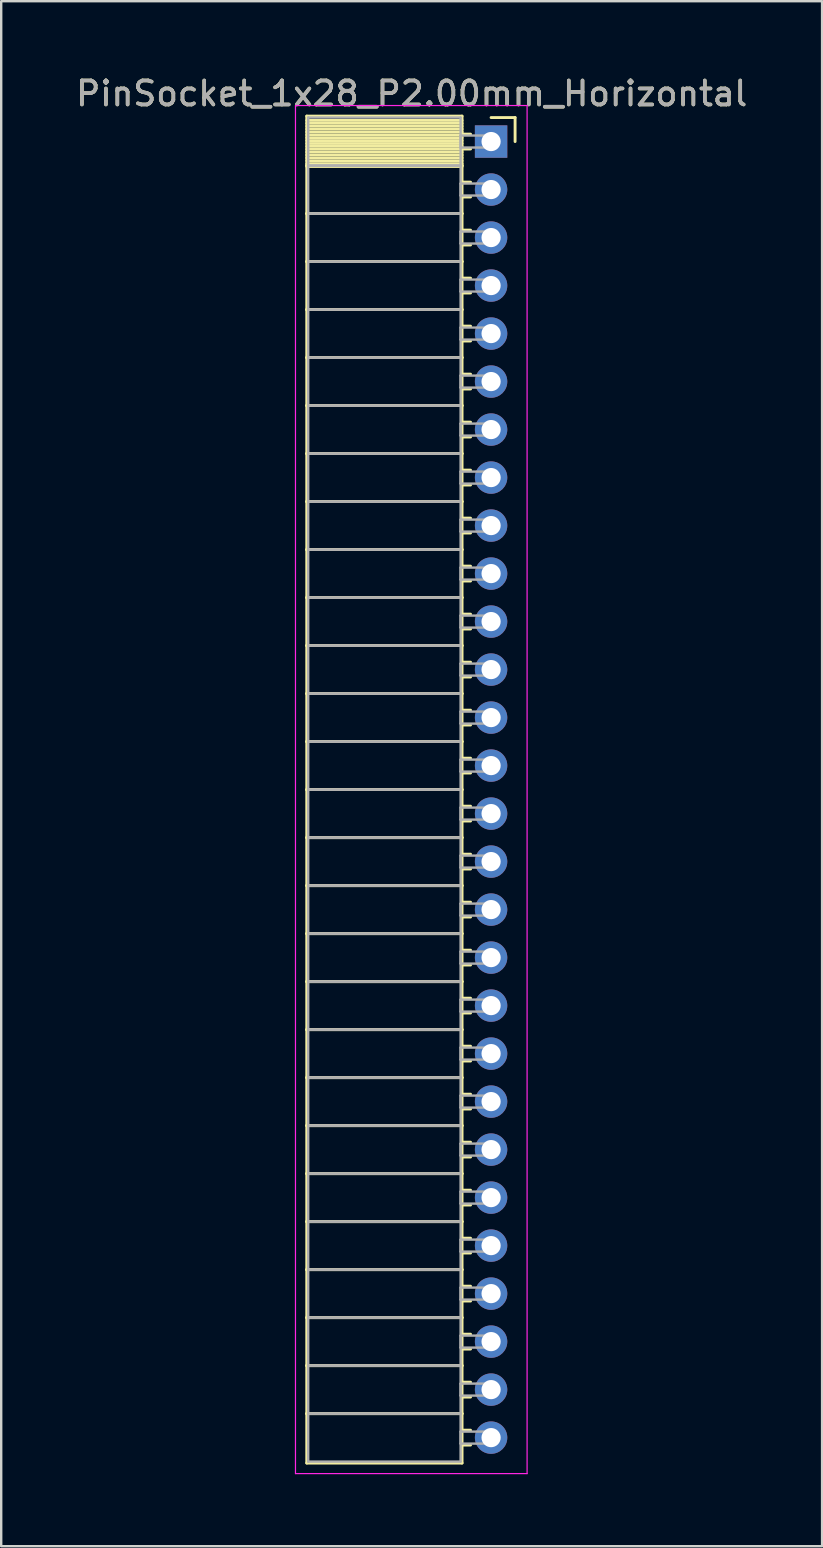
<source format=kicad_pcb>
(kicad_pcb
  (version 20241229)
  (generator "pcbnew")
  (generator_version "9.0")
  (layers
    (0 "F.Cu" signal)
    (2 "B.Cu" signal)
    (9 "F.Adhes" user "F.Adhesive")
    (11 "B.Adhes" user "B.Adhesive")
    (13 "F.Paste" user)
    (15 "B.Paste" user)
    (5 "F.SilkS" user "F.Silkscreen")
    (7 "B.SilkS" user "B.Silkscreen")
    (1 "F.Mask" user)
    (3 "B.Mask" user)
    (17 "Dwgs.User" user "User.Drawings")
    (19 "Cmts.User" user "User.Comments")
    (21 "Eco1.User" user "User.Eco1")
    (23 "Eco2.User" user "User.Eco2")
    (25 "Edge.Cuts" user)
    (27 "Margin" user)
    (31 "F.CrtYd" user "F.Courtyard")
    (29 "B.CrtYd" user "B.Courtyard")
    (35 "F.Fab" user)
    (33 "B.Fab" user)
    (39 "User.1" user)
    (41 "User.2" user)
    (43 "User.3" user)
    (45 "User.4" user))
  (footprint "PinSocket_1x28_P2.00mm_Horizontal"
    (layer "F.Cu")
    (at 17.411 2.848)
    (property "Reference" "PinSocket_1x28_P2.00mm_Horizontal" (at -3.31 -2 0) (layer "F.SilkS") (effects (font (size 1 1) (thickness 0.15))))
    (attr through_hole)
    (fp_line (start -7.68 -1.06) (end -1.21 -1.06) (stroke (width 0.12) (type solid)) (layer "F.SilkS"))
    (fp_line (start -7.68 1) (end -7.68 -1.06) (stroke (width 0.12) (type solid)) (layer "F.SilkS"))
    (fp_line (start -7.68 1) (end -1.21 1) (stroke (width 0.12) (type solid)) (layer "F.SilkS"))
    (fp_line (start -7.68 3) (end -7.68 1) (stroke (width 0.12) (type solid)) (layer "F.SilkS"))
    (fp_line (start -7.68 3) (end -1.21 3) (stroke (width 0.12) (type solid)) (layer "F.SilkS"))
    (fp_line (start -7.68 5) (end -7.68 3) (stroke (width 0.12) (type solid)) (layer "F.SilkS"))
    (fp_line (start -7.68 5) (end -1.21 5) (stroke (width 0.12) (type solid)) (layer "F.SilkS"))
    (fp_line (start -7.68 7) (end -7.68 5) (stroke (width 0.12) (type solid)) (layer "F.SilkS"))
    (fp_line (start -7.68 7) (end -1.21 7) (stroke (width 0.12) (type solid)) (layer "F.SilkS"))
    (fp_line (start -7.68 9) (end -7.68 7) (stroke (width 0.12) (type solid)) (layer "F.SilkS"))
    (fp_line (start -7.68 9) (end -1.21 9) (stroke (width 0.12) (type solid)) (layer "F.SilkS"))
    (fp_line (start -7.68 11) (end -7.68 9) (stroke (width 0.12) (type solid)) (layer "F.SilkS"))
    (fp_line (start -7.68 11) (end -1.21 11) (stroke (width 0.12) (type solid)) (layer "F.SilkS"))
    (fp_line (start -7.68 13) (end -7.68 11) (stroke (width 0.12) (type solid)) (layer "F.SilkS"))
    (fp_line (start -7.68 13) (end -1.21 13) (stroke (width 0.12) (type solid)) (layer "F.SilkS"))
    (fp_line (start -7.68 15) (end -7.68 13) (stroke (width 0.12) (type solid)) (layer "F.SilkS"))
    (fp_line (start -7.68 15) (end -1.21 15) (stroke (width 0.12) (type solid)) (layer "F.SilkS"))
    (fp_line (start -7.68 17) (end -7.68 15) (stroke (width 0.12) (type solid)) (layer "F.SilkS"))
    (fp_line (start -7.68 17) (end -1.21 17) (stroke (width 0.12) (type solid)) (layer "F.SilkS"))
    (fp_line (start -7.68 19) (end -7.68 17) (stroke (width 0.12) (type solid)) (layer "F.SilkS"))
    (fp_line (start -7.68 19) (end -1.21 19) (stroke (width 0.12) (type solid)) (layer "F.SilkS"))
    (fp_line (start -7.68 21) (end -7.68 19) (stroke (width 0.12) (type solid)) (layer "F.SilkS"))
    (fp_line (start -7.68 21) (end -1.21 21) (stroke (width 0.12) (type solid)) (layer "F.SilkS"))
    (fp_line (start -7.68 23) (end -7.68 21) (stroke (width 0.12) (type solid)) (layer "F.SilkS"))
    (fp_line (start -7.68 23) (end -1.21 23) (stroke (width 0.12) (type solid)) (layer "F.SilkS"))
    (fp_line (start -7.68 25) (end -7.68 23) (stroke (width 0.12) (type solid)) (layer "F.SilkS"))
    (fp_line (start -7.68 25) (end -1.21 25) (stroke (width 0.12) (type solid)) (layer "F.SilkS"))
    (fp_line (start -7.68 27) (end -7.68 25) (stroke (width 0.12) (type solid)) (layer "F.SilkS"))
    (fp_line (start -7.68 27) (end -1.21 27) (stroke (width 0.12) (type solid)) (layer "F.SilkS"))
    (fp_line (start -7.68 29) (end -7.68 27) (stroke (width 0.12) (type solid)) (layer "F.SilkS"))
    (fp_line (start -7.68 29) (end -1.21 29) (stroke (width 0.12) (type solid)) (layer "F.SilkS"))
    (fp_line (start -7.68 31) (end -7.68 29) (stroke (width 0.12) (type solid)) (layer "F.SilkS"))
    (fp_line (start -7.68 31) (end -1.21 31) (stroke (width 0.12) (type solid)) (layer "F.SilkS"))
    (fp_line (start -7.68 33) (end -7.68 31) (stroke (width 0.12) (type solid)) (layer "F.SilkS"))
    (fp_line (start -7.68 33) (end -1.21 33) (stroke (width 0.12) (type solid)) (layer "F.SilkS"))
    (fp_line (start -7.68 35) (end -7.68 33) (stroke (width 0.12) (type solid)) (layer "F.SilkS"))
    (fp_line (start -7.68 35) (end -1.21 35) (stroke (width 0.12) (type solid)) (layer "F.SilkS"))
    (fp_line (start -7.68 37) (end -7.68 35) (stroke (width 0.12) (type solid)) (layer "F.SilkS"))
    (fp_line (start -7.68 37) (end -1.21 37) (stroke (width 0.12) (type solid)) (layer "F.SilkS"))
    (fp_line (start -7.68 39) (end -7.68 37) (stroke (width 0.12) (type solid)) (layer "F.SilkS"))
    (fp_line (start -7.68 39) (end -1.21 39) (stroke (width 0.12) (type solid)) (layer "F.SilkS"))
    (fp_line (start -7.68 41) (end -7.68 39) (stroke (width 0.12) (type solid)) (layer "F.SilkS"))
    (fp_line (start -7.68 41) (end -1.21 41) (stroke (width 0.12) (type solid)) (layer "F.SilkS"))
    (fp_line (start -7.68 43) (end -7.68 41) (stroke (width 0.12) (type solid)) (layer "F.SilkS"))
    (fp_line (start -7.68 43) (end -1.21 43) (stroke (width 0.12) (type solid)) (layer "F.SilkS"))
    (fp_line (start -7.68 45) (end -7.68 43) (stroke (width 0.12) (type solid)) (layer "F.SilkS"))
    (fp_line (start -7.68 45) (end -1.21 45) (stroke (width 0.12) (type solid)) (layer "F.SilkS"))
    (fp_line (start -7.68 47) (end -7.68 45) (stroke (width 0.12) (type solid)) (layer "F.SilkS"))
    (fp_line (start -7.68 47) (end -1.21 47) (stroke (width 0.12) (type solid)) (layer "F.SilkS"))
    (fp_line (start -7.68 49) (end -7.68 47) (stroke (width 0.12) (type solid)) (layer "F.SilkS"))
    (fp_line (start -7.68 49) (end -1.21 49) (stroke (width 0.12) (type solid)) (layer "F.SilkS"))
    (fp_line (start -7.68 51) (end -7.68 49) (stroke (width 0.12) (type solid)) (layer "F.SilkS"))
    (fp_line (start -7.68 51) (end -1.21 51) (stroke (width 0.12) (type solid)) (layer "F.SilkS"))
    (fp_line (start -7.68 53) (end -7.68 51) (stroke (width 0.12) (type solid)) (layer "F.SilkS"))
    (fp_line (start -7.68 53) (end -1.21 53) (stroke (width 0.12) (type solid)) (layer "F.SilkS"))
    (fp_line (start -7.68 55.06) (end -7.68 53) (stroke (width 0.12) (type solid)) (layer "F.SilkS"))
    (fp_line (start -1.21 -1.06) (end -1.21 1) (stroke (width 0.12) (type solid)) (layer "F.SilkS"))
    (fp_line (start -1.21 -0.88) (end -7.68 -0.88) (stroke (width 0.12) (type solid)) (layer "F.SilkS"))
    (fp_line (start -1.21 -0.76) (end -7.68 -0.76) (stroke (width 0.12) (type solid)) (layer "F.SilkS"))
    (fp_line (start -1.21 -0.64) (end -7.68 -0.64) (stroke (width 0.12) (type solid)) (layer "F.SilkS"))
    (fp_line (start -1.21 -0.52) (end -7.68 -0.52) (stroke (width 0.12) (type solid)) (layer "F.SilkS"))
    (fp_line (start -1.21 -0.4) (end -7.68 -0.4) (stroke (width 0.12) (type solid)) (layer "F.SilkS"))
    (fp_line (start -1.21 -0.28) (end -7.68 -0.28) (stroke (width 0.12) (type solid)) (layer "F.SilkS"))
    (fp_line (start -1.21 -0.16) (end -7.68 -0.16) (stroke (width 0.12) (type solid)) (layer "F.SilkS"))
    (fp_line (start -1.21 -0.04) (end -7.68 -0.04) (stroke (width 0.12) (type solid)) (layer "F.SilkS"))
    (fp_line (start -1.21 0.08) (end -7.68 0.08) (stroke (width 0.12) (type solid)) (layer "F.SilkS"))
    (fp_line (start -1.21 0.2) (end -7.68 0.2) (stroke (width 0.12) (type solid)) (layer "F.SilkS"))
    (fp_line (start -1.21 0.32) (end -7.68 0.32) (stroke (width 0.12) (type solid)) (layer "F.SilkS"))
    (fp_line (start -1.21 0.44) (end -7.68 0.44) (stroke (width 0.12) (type solid)) (layer "F.SilkS"))
    (fp_line (start -1.21 0.56) (end -7.68 0.56) (stroke (width 0.12) (type solid)) (layer "F.SilkS"))
    (fp_line (start -1.21 0.68) (end -7.68 0.68) (stroke (width 0.12) (type solid)) (layer "F.SilkS"))
    (fp_line (start -1.21 0.8) (end -7.68 0.8) (stroke (width 0.12) (type solid)) (layer "F.SilkS"))
    (fp_line (start -1.21 0.92) (end -7.68 0.92) (stroke (width 0.12) (type solid)) (layer "F.SilkS"))
    (fp_line (start -1.21 1) (end -7.68 1) (stroke (width 0.12) (type solid)) (layer "F.SilkS"))
    (fp_line (start -1.21 1) (end -1.21 3) (stroke (width 0.12) (type solid)) (layer "F.SilkS"))
    (fp_line (start -1.21 1.04) (end -7.68 1.04) (stroke (width 0.12) (type solid)) (layer "F.SilkS"))
    (fp_line (start -1.21 3) (end -7.68 3) (stroke (width 0.12) (type solid)) (layer "F.SilkS"))
    (fp_line (start -1.21 3) (end -1.21 5) (stroke (width 0.12) (type solid)) (layer "F.SilkS"))
    (fp_line (start -1.21 5) (end -7.68 5) (stroke (width 0.12) (type solid)) (layer "F.SilkS"))
    (fp_line (start -1.21 5) (end -1.21 7) (stroke (width 0.12) (type solid)) (layer "F.SilkS"))
    (fp_line (start -1.21 7) (end -7.68 7) (stroke (width 0.12) (type solid)) (layer "F.SilkS"))
    (fp_line (start -1.21 7) (end -1.21 9) (stroke (width 0.12) (type solid)) (layer "F.SilkS"))
    (fp_line (start -1.21 9) (end -7.68 9) (stroke (width 0.12) (type solid)) (layer "F.SilkS"))
    (fp_line (start -1.21 9) (end -1.21 11) (stroke (width 0.12) (type solid)) (layer "F.SilkS"))
    (fp_line (start -1.21 11) (end -7.68 11) (stroke (width 0.12) (type solid)) (layer "F.SilkS"))
    (fp_line (start -1.21 11) (end -1.21 13) (stroke (width 0.12) (type solid)) (layer "F.SilkS"))
    (fp_line (start -1.21 13) (end -7.68 13) (stroke (width 0.12) (type solid)) (layer "F.SilkS"))
    (fp_line (start -1.21 13) (end -1.21 15) (stroke (width 0.12) (type solid)) (layer "F.SilkS"))
    (fp_line (start -1.21 15) (end -7.68 15) (stroke (width 0.12) (type solid)) (layer "F.SilkS"))
    (fp_line (start -1.21 15) (end -1.21 17) (stroke (width 0.12) (type solid)) (layer "F.SilkS"))
    (fp_line (start -1.21 17) (end -7.68 17) (stroke (width 0.12) (type solid)) (layer "F.SilkS"))
    (fp_line (start -1.21 17) (end -1.21 19) (stroke (width 0.12) (type solid)) (layer "F.SilkS"))
    (fp_line (start -1.21 19) (end -7.68 19) (stroke (width 0.12) (type solid)) (layer "F.SilkS"))
    (fp_line (start -1.21 19) (end -1.21 21) (stroke (width 0.12) (type solid)) (layer "F.SilkS"))
    (fp_line (start -1.21 21) (end -7.68 21) (stroke (width 0.12) (type solid)) (layer "F.SilkS"))
    (fp_line (start -1.21 21) (end -1.21 23) (stroke (width 0.12) (type solid)) (layer "F.SilkS"))
    (fp_line (start -1.21 23) (end -7.68 23) (stroke (width 0.12) (type solid)) (layer "F.SilkS"))
    (fp_line (start -1.21 23) (end -1.21 25) (stroke (width 0.12) (type solid)) (layer "F.SilkS"))
    (fp_line (start -1.21 25) (end -7.68 25) (stroke (width 0.12) (type solid)) (layer "F.SilkS"))
    (fp_line (start -1.21 25) (end -1.21 27) (stroke (width 0.12) (type solid)) (layer "F.SilkS"))
    (fp_line (start -1.21 27) (end -7.68 27) (stroke (width 0.12) (type solid)) (layer "F.SilkS"))
    (fp_line (start -1.21 27) (end -1.21 29) (stroke (width 0.12) (type solid)) (layer "F.SilkS"))
    (fp_line (start -1.21 29) (end -7.68 29) (stroke (width 0.12) (type solid)) (layer "F.SilkS"))
    (fp_line (start -1.21 29) (end -1.21 31) (stroke (width 0.12) (type solid)) (layer "F.SilkS"))
    (fp_line (start -1.21 31) (end -7.68 31) (stroke (width 0.12) (type solid)) (layer "F.SilkS"))
    (fp_line (start -1.21 31) (end -1.21 33) (stroke (width 0.12) (type solid)) (layer "F.SilkS"))
    (fp_line (start -1.21 33) (end -7.68 33) (stroke (width 0.12) (type solid)) (layer "F.SilkS"))
    (fp_line (start -1.21 33) (end -1.21 35) (stroke (width 0.12) (type solid)) (layer "F.SilkS"))
    (fp_line (start -1.21 35) (end -7.68 35) (stroke (width 0.12) (type solid)) (layer "F.SilkS"))
    (fp_line (start -1.21 35) (end -1.21 37) (stroke (width 0.12) (type solid)) (layer "F.SilkS"))
    (fp_line (start -1.21 37) (end -7.68 37) (stroke (width 0.12) (type solid)) (layer "F.SilkS"))
    (fp_line (start -1.21 37) (end -1.21 39) (stroke (width 0.12) (type solid)) (layer "F.SilkS"))
    (fp_line (start -1.21 39) (end -7.68 39) (stroke (width 0.12) (type solid)) (layer "F.SilkS"))
    (fp_line (start -1.21 39) (end -1.21 41) (stroke (width 0.12) (type solid)) (layer "F.SilkS"))
    (fp_line (start -1.21 41) (end -7.68 41) (stroke (width 0.12) (type solid)) (layer "F.SilkS"))
    (fp_line (start -1.21 41) (end -1.21 43) (stroke (width 0.12) (type solid)) (layer "F.SilkS"))
    (fp_line (start -1.21 43) (end -7.68 43) (stroke (width 0.12) (type solid)) (layer "F.SilkS"))
    (fp_line (start -1.21 43) (end -1.21 45) (stroke (width 0.12) (type solid)) (layer "F.SilkS"))
    (fp_line (start -1.21 45) (end -7.68 45) (stroke (width 0.12) (type solid)) (layer "F.SilkS"))
    (fp_line (start -1.21 45) (end -1.21 47) (stroke (width 0.12) (type solid)) (layer "F.SilkS"))
    (fp_line (start -1.21 47) (end -7.68 47) (stroke (width 0.12) (type solid)) (layer "F.SilkS"))
    (fp_line (start -1.21 47) (end -1.21 49) (stroke (width 0.12) (type solid)) (layer "F.SilkS"))
    (fp_line (start -1.21 49) (end -7.68 49) (stroke (width 0.12) (type solid)) (layer "F.SilkS"))
    (fp_line (start -1.21 49) (end -1.21 51) (stroke (width 0.12) (type solid)) (layer "F.SilkS"))
    (fp_line (start -1.21 51) (end -7.68 51) (stroke (width 0.12) (type solid)) (layer "F.SilkS"))
    (fp_line (start -1.21 51) (end -1.21 53) (stroke (width 0.12) (type solid)) (layer "F.SilkS"))
    (fp_line (start -1.21 53) (end -7.68 53) (stroke (width 0.12) (type solid)) (layer "F.SilkS"))
    (fp_line (start -1.21 53) (end -1.21 55.06) (stroke (width 0.12) (type solid)) (layer "F.SilkS"))
    (fp_line (start -1.21 55.06) (end -7.68 55.06) (stroke (width 0.12) (type solid)) (layer "F.SilkS"))
    (fp_line (start -0.855 -0.31) (end -1.21 -0.31) (stroke (width 0.12) (type solid)) (layer "F.SilkS"))
    (fp_line (start -0.855 0.31) (end -1.21 0.31) (stroke (width 0.12) (type solid)) (layer "F.SilkS"))
    (fp_line (start -0.855 1.69) (end -1.21 1.69) (stroke (width 0.12) (type solid)) (layer "F.SilkS"))
    (fp_line (start -0.855 2.31) (end -1.21 2.31) (stroke (width 0.12) (type solid)) (layer "F.SilkS"))
    (fp_line (start -0.855 3.69) (end -1.21 3.69) (stroke (width 0.12) (type solid)) (layer "F.SilkS"))
    (fp_line (start -0.855 4.31) (end -1.21 4.31) (stroke (width 0.12) (type solid)) (layer "F.SilkS"))
    (fp_line (start -0.855 5.69) (end -1.21 5.69) (stroke (width 0.12) (type solid)) (layer "F.SilkS"))
    (fp_line (start -0.855 6.31) (end -1.21 6.31) (stroke (width 0.12) (type solid)) (layer "F.SilkS"))
    (fp_line (start -0.855 7.69) (end -1.21 7.69) (stroke (width 0.12) (type solid)) (layer "F.SilkS"))
    (fp_line (start -0.855 8.31) (end -1.21 8.31) (stroke (width 0.12) (type solid)) (layer "F.SilkS"))
    (fp_line (start -0.855 9.69) (end -1.21 9.69) (stroke (width 0.12) (type solid)) (layer "F.SilkS"))
    (fp_line (start -0.855 10.31) (end -1.21 10.31) (stroke (width 0.12) (type solid)) (layer "F.SilkS"))
    (fp_line (start -0.855 11.69) (end -1.21 11.69) (stroke (width 0.12) (type solid)) (layer "F.SilkS"))
    (fp_line (start -0.855 12.31) (end -1.21 12.31) (stroke (width 0.12) (type solid)) (layer "F.SilkS"))
    (fp_line (start -0.855 13.69) (end -1.21 13.69) (stroke (width 0.12) (type solid)) (layer "F.SilkS"))
    (fp_line (start -0.855 14.31) (end -1.21 14.31) (stroke (width 0.12) (type solid)) (layer "F.SilkS"))
    (fp_line (start -0.855 15.69) (end -1.21 15.69) (stroke (width 0.12) (type solid)) (layer "F.SilkS"))
    (fp_line (start -0.855 16.31) (end -1.21 16.31) (stroke (width 0.12) (type solid)) (layer "F.SilkS"))
    (fp_line (start -0.855 17.69) (end -1.21 17.69) (stroke (width 0.12) (type solid)) (layer "F.SilkS"))
    (fp_line (start -0.855 18.31) (end -1.21 18.31) (stroke (width 0.12) (type solid)) (layer "F.SilkS"))
    (fp_line (start -0.855 19.69) (end -1.21 19.69) (stroke (width 0.12) (type solid)) (layer "F.SilkS"))
    (fp_line (start -0.855 20.31) (end -1.21 20.31) (stroke (width 0.12) (type solid)) (layer "F.SilkS"))
    (fp_line (start -0.855 21.69) (end -1.21 21.69) (stroke (width 0.12) (type solid)) (layer "F.SilkS"))
    (fp_line (start -0.855 22.31) (end -1.21 22.31) (stroke (width 0.12) (type solid)) (layer "F.SilkS"))
    (fp_line (start -0.855 23.69) (end -1.21 23.69) (stroke (width 0.12) (type solid)) (layer "F.SilkS"))
    (fp_line (start -0.855 24.31) (end -1.21 24.31) (stroke (width 0.12) (type solid)) (layer "F.SilkS"))
    (fp_line (start -0.855 25.69) (end -1.21 25.69) (stroke (width 0.12) (type solid)) (layer "F.SilkS"))
    (fp_line (start -0.855 26.31) (end -1.21 26.31) (stroke (width 0.12) (type solid)) (layer "F.SilkS"))
    (fp_line (start -0.855 27.69) (end -1.21 27.69) (stroke (width 0.12) (type solid)) (layer "F.SilkS"))
    (fp_line (start -0.855 28.31) (end -1.21 28.31) (stroke (width 0.12) (type solid)) (layer "F.SilkS"))
    (fp_line (start -0.855 29.69) (end -1.21 29.69) (stroke (width 0.12) (type solid)) (layer "F.SilkS"))
    (fp_line (start -0.855 30.31) (end -1.21 30.31) (stroke (width 0.12) (type solid)) (layer "F.SilkS"))
    (fp_line (start -0.855 31.69) (end -1.21 31.69) (stroke (width 0.12) (type solid)) (layer "F.SilkS"))
    (fp_line (start -0.855 32.31) (end -1.21 32.31) (stroke (width 0.12) (type solid)) (layer "F.SilkS"))
    (fp_line (start -0.855 33.69) (end -1.21 33.69) (stroke (width 0.12) (type solid)) (layer "F.SilkS"))
    (fp_line (start -0.855 34.31) (end -1.21 34.31) (stroke (width 0.12) (type solid)) (layer "F.SilkS"))
    (fp_line (start -0.855 35.69) (end -1.21 35.69) (stroke (width 0.12) (type solid)) (layer "F.SilkS"))
    (fp_line (start -0.855 36.31) (end -1.21 36.31) (stroke (width 0.12) (type solid)) (layer "F.SilkS"))
    (fp_line (start -0.855 37.69) (end -1.21 37.69) (stroke (width 0.12) (type solid)) (layer "F.SilkS"))
    (fp_line (start -0.855 38.31) (end -1.21 38.31) (stroke (width 0.12) (type solid)) (layer "F.SilkS"))
    (fp_line (start -0.855 39.69) (end -1.21 39.69) (stroke (width 0.12) (type solid)) (layer "F.SilkS"))
    (fp_line (start -0.855 40.31) (end -1.21 40.31) (stroke (width 0.12) (type solid)) (layer "F.SilkS"))
    (fp_line (start -0.855 41.69) (end -1.21 41.69) (stroke (width 0.12) (type solid)) (layer "F.SilkS"))
    (fp_line (start -0.855 42.31) (end -1.21 42.31) (stroke (width 0.12) (type solid)) (layer "F.SilkS"))
    (fp_line (start -0.855 43.69) (end -1.21 43.69) (stroke (width 0.12) (type solid)) (layer "F.SilkS"))
    (fp_line (start -0.855 44.31) (end -1.21 44.31) (stroke (width 0.12) (type solid)) (layer "F.SilkS"))
    (fp_line (start -0.855 45.69) (end -1.21 45.69) (stroke (width 0.12) (type solid)) (layer "F.SilkS"))
    (fp_line (start -0.855 46.31) (end -1.21 46.31) (stroke (width 0.12) (type solid)) (layer "F.SilkS"))
    (fp_line (start -0.855 47.69) (end -1.21 47.69) (stroke (width 0.12) (type solid)) (layer "F.SilkS"))
    (fp_line (start -0.855 48.31) (end -1.21 48.31) (stroke (width 0.12) (type solid)) (layer "F.SilkS"))
    (fp_line (start -0.855 49.69) (end -1.21 49.69) (stroke (width 0.12) (type solid)) (layer "F.SilkS"))
    (fp_line (start -0.855 50.31) (end -1.21 50.31) (stroke (width 0.12) (type solid)) (layer "F.SilkS"))
    (fp_line (start -0.855 51.69) (end -1.21 51.69) (stroke (width 0.12) (type solid)) (layer "F.SilkS"))
    (fp_line (start -0.855 52.31) (end -1.21 52.31) (stroke (width 0.12) (type solid)) (layer "F.SilkS"))
    (fp_line (start -0.855 53.69) (end -1.21 53.69) (stroke (width 0.12) (type solid)) (layer "F.SilkS"))
    (fp_line (start -0.855 54.31) (end -1.21 54.31) (stroke (width 0.12) (type solid)) (layer "F.SilkS"))
    (fp_line (start 0 -1) (end 1 -1) (stroke (width 0.12) (type solid)) (layer "F.SilkS"))
    (fp_line (start 1 -1) (end 1 0) (stroke (width 0.12) (type solid)) (layer "F.SilkS"))
    (fp_line (start -8.15 -1.5) (end 1.5 -1.5) (stroke (width 0.05) (type solid)) (layer "F.CrtYd"))
    (fp_line (start -8.15 55.5) (end -8.15 -1.5) (stroke (width 0.05) (type solid)) (layer "F.CrtYd"))
    (fp_line (start 1.5 -1.5) (end 1.5 55.5) (stroke (width 0.05) (type solid)) (layer "F.CrtYd"))
    (fp_line (start 1.5 55.5) (end -8.15 55.5) (stroke (width 0.05) (type solid)) (layer "F.CrtYd"))
    (fp_line (start -7.62 -1) (end -1.27 -1) (stroke (width 0.1) (type solid)) (layer "F.Fab"))
    (fp_line (start -7.62 1) (end -7.62 -1) (stroke (width 0.1) (type solid)) (layer "F.Fab"))
    (fp_line (start -7.62 1) (end -1.27 1) (stroke (width 0.1) (type solid)) (layer "F.Fab"))
    (fp_line (start -7.62 3) (end -7.62 1) (stroke (width 0.1) (type solid)) (layer "F.Fab"))
    (fp_line (start -7.62 3) (end -1.27 3) (stroke (width 0.1) (type solid)) (layer "F.Fab"))
    (fp_line (start -7.62 5) (end -7.62 3) (stroke (width 0.1) (type solid)) (layer "F.Fab"))
    (fp_line (start -7.62 5) (end -1.27 5) (stroke (width 0.1) (type solid)) (layer "F.Fab"))
    (fp_line (start -7.62 7) (end -7.62 5) (stroke (width 0.1) (type solid)) (layer "F.Fab"))
    (fp_line (start -7.62 7) (end -1.27 7) (stroke (width 0.1) (type solid)) (layer "F.Fab"))
    (fp_line (start -7.62 9) (end -7.62 7) (stroke (width 0.1) (type solid)) (layer "F.Fab"))
    (fp_line (start -7.62 9) (end -1.27 9) (stroke (width 0.1) (type solid)) (layer "F.Fab"))
    (fp_line (start -7.62 11) (end -7.62 9) (stroke (width 0.1) (type solid)) (layer "F.Fab"))
    (fp_line (start -7.62 11) (end -1.27 11) (stroke (width 0.1) (type solid)) (layer "F.Fab"))
    (fp_line (start -7.62 13) (end -7.62 11) (stroke (width 0.1) (type solid)) (layer "F.Fab"))
    (fp_line (start -7.62 13) (end -1.27 13) (stroke (width 0.1) (type solid)) (layer "F.Fab"))
    (fp_line (start -7.62 15) (end -7.62 13) (stroke (width 0.1) (type solid)) (layer "F.Fab"))
    (fp_line (start -7.62 15) (end -1.27 15) (stroke (width 0.1) (type solid)) (layer "F.Fab"))
    (fp_line (start -7.62 17) (end -7.62 15) (stroke (width 0.1) (type solid)) (layer "F.Fab"))
    (fp_line (start -7.62 17) (end -1.27 17) (stroke (width 0.1) (type solid)) (layer "F.Fab"))
    (fp_line (start -7.62 19) (end -7.62 17) (stroke (width 0.1) (type solid)) (layer "F.Fab"))
    (fp_line (start -7.62 19) (end -1.27 19) (stroke (width 0.1) (type solid)) (layer "F.Fab"))
    (fp_line (start -7.62 21) (end -7.62 19) (stroke (width 0.1) (type solid)) (layer "F.Fab"))
    (fp_line (start -7.62 21) (end -1.27 21) (stroke (width 0.1) (type solid)) (layer "F.Fab"))
    (fp_line (start -7.62 23) (end -7.62 21) (stroke (width 0.1) (type solid)) (layer "F.Fab"))
    (fp_line (start -7.62 23) (end -1.27 23) (stroke (width 0.1) (type solid)) (layer "F.Fab"))
    (fp_line (start -7.62 25) (end -7.62 23) (stroke (width 0.1) (type solid)) (layer "F.Fab"))
    (fp_line (start -7.62 25) (end -1.27 25) (stroke (width 0.1) (type solid)) (layer "F.Fab"))
    (fp_line (start -7.62 27) (end -7.62 25) (stroke (width 0.1) (type solid)) (layer "F.Fab"))
    (fp_line (start -7.62 27) (end -1.27 27) (stroke (width 0.1) (type solid)) (layer "F.Fab"))
    (fp_line (start -7.62 29) (end -7.62 27) (stroke (width 0.1) (type solid)) (layer "F.Fab"))
    (fp_line (start -7.62 29) (end -1.27 29) (stroke (width 0.1) (type solid)) (layer "F.Fab"))
    (fp_line (start -7.62 31) (end -7.62 29) (stroke (width 0.1) (type solid)) (layer "F.Fab"))
    (fp_line (start -7.62 31) (end -1.27 31) (stroke (width 0.1) (type solid)) (layer "F.Fab"))
    (fp_line (start -7.62 33) (end -7.62 31) (stroke (width 0.1) (type solid)) (layer "F.Fab"))
    (fp_line (start -7.62 33) (end -1.27 33) (stroke (width 0.1) (type solid)) (layer "F.Fab"))
    (fp_line (start -7.62 35) (end -7.62 33) (stroke (width 0.1) (type solid)) (layer "F.Fab"))
    (fp_line (start -7.62 35) (end -1.27 35) (stroke (width 0.1) (type solid)) (layer "F.Fab"))
    (fp_line (start -7.62 37) (end -7.62 35) (stroke (width 0.1) (type solid)) (layer "F.Fab"))
    (fp_line (start -7.62 37) (end -1.27 37) (stroke (width 0.1) (type solid)) (layer "F.Fab"))
    (fp_line (start -7.62 39) (end -7.62 37) (stroke (width 0.1) (type solid)) (layer "F.Fab"))
    (fp_line (start -7.62 39) (end -1.27 39) (stroke (width 0.1) (type solid)) (layer "F.Fab"))
    (fp_line (start -7.62 41) (end -7.62 39) (stroke (width 0.1) (type solid)) (layer "F.Fab"))
    (fp_line (start -7.62 41) (end -1.27 41) (stroke (width 0.1) (type solid)) (layer "F.Fab"))
    (fp_line (start -7.62 43) (end -7.62 41) (stroke (width 0.1) (type solid)) (layer "F.Fab"))
    (fp_line (start -7.62 43) (end -1.27 43) (stroke (width 0.1) (type solid)) (layer "F.Fab"))
    (fp_line (start -7.62 45) (end -7.62 43) (stroke (width 0.1) (type solid)) (layer "F.Fab"))
    (fp_line (start -7.62 45) (end -1.27 45) (stroke (width 0.1) (type solid)) (layer "F.Fab"))
    (fp_line (start -7.62 47) (end -7.62 45) (stroke (width 0.1) (type solid)) (layer "F.Fab"))
    (fp_line (start -7.62 47) (end -1.27 47) (stroke (width 0.1) (type solid)) (layer "F.Fab"))
    (fp_line (start -7.62 49) (end -7.62 47) (stroke (width 0.1) (type solid)) (layer "F.Fab"))
    (fp_line (start -7.62 49) (end -1.27 49) (stroke (width 0.1) (type solid)) (layer "F.Fab"))
    (fp_line (start -7.62 51) (end -7.62 49) (stroke (width 0.1) (type solid)) (layer "F.Fab"))
    (fp_line (start -7.62 51) (end -1.27 51) (stroke (width 0.1) (type solid)) (layer "F.Fab"))
    (fp_line (start -7.62 53) (end -7.62 51) (stroke (width 0.1) (type solid)) (layer "F.Fab"))
    (fp_line (start -7.62 53) (end -1.27 53) (stroke (width 0.1) (type solid)) (layer "F.Fab"))
    (fp_line (start -7.62 55) (end -7.62 53) (stroke (width 0.1) (type solid)) (layer "F.Fab"))
    (fp_line (start -1.27 -1) (end -1.27 1) (stroke (width 0.1) (type solid)) (layer "F.Fab"))
    (fp_line (start -1.27 -0.25) (end 0 -0.25) (stroke (width 0.1) (type solid)) (layer "F.Fab"))
    (fp_line (start -1.27 0.25) (end -1.27 -0.25) (stroke (width 0.1) (type solid)) (layer "F.Fab"))
    (fp_line (start -1.27 1) (end -7.62 1) (stroke (width 0.1) (type solid)) (layer "F.Fab"))
    (fp_line (start -1.27 1) (end -1.27 3) (stroke (width 0.1) (type solid)) (layer "F.Fab"))
    (fp_line (start -1.27 1.75) (end 0 1.75) (stroke (width 0.1) (type solid)) (layer "F.Fab"))
    (fp_line (start -1.27 2.25) (end -1.27 1.75) (stroke (width 0.1) (type solid)) (layer "F.Fab"))
    (fp_line (start -1.27 3) (end -7.62 3) (stroke (width 0.1) (type solid)) (layer "F.Fab"))
    (fp_line (start -1.27 3) (end -1.27 5) (stroke (width 0.1) (type solid)) (layer "F.Fab"))
    (fp_line (start -1.27 3.75) (end 0 3.75) (stroke (width 0.1) (type solid)) (layer "F.Fab"))
    (fp_line (start -1.27 4.25) (end -1.27 3.75) (stroke (width 0.1) (type solid)) (layer "F.Fab"))
    (fp_line (start -1.27 5) (end -7.62 5) (stroke (width 0.1) (type solid)) (layer "F.Fab"))
    (fp_line (start -1.27 5) (end -1.27 7) (stroke (width 0.1) (type solid)) (layer "F.Fab"))
    (fp_line (start -1.27 5.75) (end 0 5.75) (stroke (width 0.1) (type solid)) (layer "F.Fab"))
    (fp_line (start -1.27 6.25) (end -1.27 5.75) (stroke (width 0.1) (type solid)) (layer "F.Fab"))
    (fp_line (start -1.27 7) (end -7.62 7) (stroke (width 0.1) (type solid)) (layer "F.Fab"))
    (fp_line (start -1.27 7) (end -1.27 9) (stroke (width 0.1) (type solid)) (layer "F.Fab"))
    (fp_line (start -1.27 7.75) (end 0 7.75) (stroke (width 0.1) (type solid)) (layer "F.Fab"))
    (fp_line (start -1.27 8.25) (end -1.27 7.75) (stroke (width 0.1) (type solid)) (layer "F.Fab"))
    (fp_line (start -1.27 9) (end -7.62 9) (stroke (width 0.1) (type solid)) (layer "F.Fab"))
    (fp_line (start -1.27 9) (end -1.27 11) (stroke (width 0.1) (type solid)) (layer "F.Fab"))
    (fp_line (start -1.27 9.75) (end 0 9.75) (stroke (width 0.1) (type solid)) (layer "F.Fab"))
    (fp_line (start -1.27 10.25) (end -1.27 9.75) (stroke (width 0.1) (type solid)) (layer "F.Fab"))
    (fp_line (start -1.27 11) (end -7.62 11) (stroke (width 0.1) (type solid)) (layer "F.Fab"))
    (fp_line (start -1.27 11) (end -1.27 13) (stroke (width 0.1) (type solid)) (layer "F.Fab"))
    (fp_line (start -1.27 11.75) (end 0 11.75) (stroke (width 0.1) (type solid)) (layer "F.Fab"))
    (fp_line (start -1.27 12.25) (end -1.27 11.75) (stroke (width 0.1) (type solid)) (layer "F.Fab"))
    (fp_line (start -1.27 13) (end -7.62 13) (stroke (width 0.1) (type solid)) (layer "F.Fab"))
    (fp_line (start -1.27 13) (end -1.27 15) (stroke (width 0.1) (type solid)) (layer "F.Fab"))
    (fp_line (start -1.27 13.75) (end 0 13.75) (stroke (width 0.1) (type solid)) (layer "F.Fab"))
    (fp_line (start -1.27 14.25) (end -1.27 13.75) (stroke (width 0.1) (type solid)) (layer "F.Fab"))
    (fp_line (start -1.27 15) (end -7.62 15) (stroke (width 0.1) (type solid)) (layer "F.Fab"))
    (fp_line (start -1.27 15) (end -1.27 17) (stroke (width 0.1) (type solid)) (layer "F.Fab"))
    (fp_line (start -1.27 15.75) (end 0 15.75) (stroke (width 0.1) (type solid)) (layer "F.Fab"))
    (fp_line (start -1.27 16.25) (end -1.27 15.75) (stroke (width 0.1) (type solid)) (layer "F.Fab"))
    (fp_line (start -1.27 17) (end -7.62 17) (stroke (width 0.1) (type solid)) (layer "F.Fab"))
    (fp_line (start -1.27 17) (end -1.27 19) (stroke (width 0.1) (type solid)) (layer "F.Fab"))
    (fp_line (start -1.27 17.75) (end 0 17.75) (stroke (width 0.1) (type solid)) (layer "F.Fab"))
    (fp_line (start -1.27 18.25) (end -1.27 17.75) (stroke (width 0.1) (type solid)) (layer "F.Fab"))
    (fp_line (start -1.27 19) (end -7.62 19) (stroke (width 0.1) (type solid)) (layer "F.Fab"))
    (fp_line (start -1.27 19) (end -1.27 21) (stroke (width 0.1) (type solid)) (layer "F.Fab"))
    (fp_line (start -1.27 19.75) (end 0 19.75) (stroke (width 0.1) (type solid)) (layer "F.Fab"))
    (fp_line (start -1.27 20.25) (end -1.27 19.75) (stroke (width 0.1) (type solid)) (layer "F.Fab"))
    (fp_line (start -1.27 21) (end -7.62 21) (stroke (width 0.1) (type solid)) (layer "F.Fab"))
    (fp_line (start -1.27 21) (end -1.27 23) (stroke (width 0.1) (type solid)) (layer "F.Fab"))
    (fp_line (start -1.27 21.75) (end 0 21.75) (stroke (width 0.1) (type solid)) (layer "F.Fab"))
    (fp_line (start -1.27 22.25) (end -1.27 21.75) (stroke (width 0.1) (type solid)) (layer "F.Fab"))
    (fp_line (start -1.27 23) (end -7.62 23) (stroke (width 0.1) (type solid)) (layer "F.Fab"))
    (fp_line (start -1.27 23) (end -1.27 25) (stroke (width 0.1) (type solid)) (layer "F.Fab"))
    (fp_line (start -1.27 23.75) (end 0 23.75) (stroke (width 0.1) (type solid)) (layer "F.Fab"))
    (fp_line (start -1.27 24.25) (end -1.27 23.75) (stroke (width 0.1) (type solid)) (layer "F.Fab"))
    (fp_line (start -1.27 25) (end -7.62 25) (stroke (width 0.1) (type solid)) (layer "F.Fab"))
    (fp_line (start -1.27 25) (end -1.27 27) (stroke (width 0.1) (type solid)) (layer "F.Fab"))
    (fp_line (start -1.27 25.75) (end 0 25.75) (stroke (width 0.1) (type solid)) (layer "F.Fab"))
    (fp_line (start -1.27 26.25) (end -1.27 25.75) (stroke (width 0.1) (type solid)) (layer "F.Fab"))
    (fp_line (start -1.27 27) (end -7.62 27) (stroke (width 0.1) (type solid)) (layer "F.Fab"))
    (fp_line (start -1.27 27) (end -1.27 29) (stroke (width 0.1) (type solid)) (layer "F.Fab"))
    (fp_line (start -1.27 27.75) (end 0 27.75) (stroke (width 0.1) (type solid)) (layer "F.Fab"))
    (fp_line (start -1.27 28.25) (end -1.27 27.75) (stroke (width 0.1) (type solid)) (layer "F.Fab"))
    (fp_line (start -1.27 29) (end -7.62 29) (stroke (width 0.1) (type solid)) (layer "F.Fab"))
    (fp_line (start -1.27 29) (end -1.27 31) (stroke (width 0.1) (type solid)) (layer "F.Fab"))
    (fp_line (start -1.27 29.75) (end 0 29.75) (stroke (width 0.1) (type solid)) (layer "F.Fab"))
    (fp_line (start -1.27 30.25) (end -1.27 29.75) (stroke (width 0.1) (type solid)) (layer "F.Fab"))
    (fp_line (start -1.27 31) (end -7.62 31) (stroke (width 0.1) (type solid)) (layer "F.Fab"))
    (fp_line (start -1.27 31) (end -1.27 33) (stroke (width 0.1) (type solid)) (layer "F.Fab"))
    (fp_line (start -1.27 31.75) (end 0 31.75) (stroke (width 0.1) (type solid)) (layer "F.Fab"))
    (fp_line (start -1.27 32.25) (end -1.27 31.75) (stroke (width 0.1) (type solid)) (layer "F.Fab"))
    (fp_line (start -1.27 33) (end -7.62 33) (stroke (width 0.1) (type solid)) (layer "F.Fab"))
    (fp_line (start -1.27 33) (end -1.27 35) (stroke (width 0.1) (type solid)) (layer "F.Fab"))
    (fp_line (start -1.27 33.75) (end 0 33.75) (stroke (width 0.1) (type solid)) (layer "F.Fab"))
    (fp_line (start -1.27 34.25) (end -1.27 33.75) (stroke (width 0.1) (type solid)) (layer "F.Fab"))
    (fp_line (start -1.27 35) (end -7.62 35) (stroke (width 0.1) (type solid)) (layer "F.Fab"))
    (fp_line (start -1.27 35) (end -1.27 37) (stroke (width 0.1) (type solid)) (layer "F.Fab"))
    (fp_line (start -1.27 35.75) (end 0 35.75) (stroke (width 0.1) (type solid)) (layer "F.Fab"))
    (fp_line (start -1.27 36.25) (end -1.27 35.75) (stroke (width 0.1) (type solid)) (layer "F.Fab"))
    (fp_line (start -1.27 37) (end -7.62 37) (stroke (width 0.1) (type solid)) (layer "F.Fab"))
    (fp_line (start -1.27 37) (end -1.27 39) (stroke (width 0.1) (type solid)) (layer "F.Fab"))
    (fp_line (start -1.27 37.75) (end 0 37.75) (stroke (width 0.1) (type solid)) (layer "F.Fab"))
    (fp_line (start -1.27 38.25) (end -1.27 37.75) (stroke (width 0.1) (type solid)) (layer "F.Fab"))
    (fp_line (start -1.27 39) (end -7.62 39) (stroke (width 0.1) (type solid)) (layer "F.Fab"))
    (fp_line (start -1.27 39) (end -1.27 41) (stroke (width 0.1) (type solid)) (layer "F.Fab"))
    (fp_line (start -1.27 39.75) (end 0 39.75) (stroke (width 0.1) (type solid)) (layer "F.Fab"))
    (fp_line (start -1.27 40.25) (end -1.27 39.75) (stroke (width 0.1) (type solid)) (layer "F.Fab"))
    (fp_line (start -1.27 41) (end -7.62 41) (stroke (width 0.1) (type solid)) (layer "F.Fab"))
    (fp_line (start -1.27 41) (end -1.27 43) (stroke (width 0.1) (type solid)) (layer "F.Fab"))
    (fp_line (start -1.27 41.75) (end 0 41.75) (stroke (width 0.1) (type solid)) (layer "F.Fab"))
    (fp_line (start -1.27 42.25) (end -1.27 41.75) (stroke (width 0.1) (type solid)) (layer "F.Fab"))
    (fp_line (start -1.27 43) (end -7.62 43) (stroke (width 0.1) (type solid)) (layer "F.Fab"))
    (fp_line (start -1.27 43) (end -1.27 45) (stroke (width 0.1) (type solid)) (layer "F.Fab"))
    (fp_line (start -1.27 43.75) (end 0 43.75) (stroke (width 0.1) (type solid)) (layer "F.Fab"))
    (fp_line (start -1.27 44.25) (end -1.27 43.75) (stroke (width 0.1) (type solid)) (layer "F.Fab"))
    (fp_line (start -1.27 45) (end -7.62 45) (stroke (width 0.1) (type solid)) (layer "F.Fab"))
    (fp_line (start -1.27 45) (end -1.27 47) (stroke (width 0.1) (type solid)) (layer "F.Fab"))
    (fp_line (start -1.27 45.75) (end 0 45.75) (stroke (width 0.1) (type solid)) (layer "F.Fab"))
    (fp_line (start -1.27 46.25) (end -1.27 45.75) (stroke (width 0.1) (type solid)) (layer "F.Fab"))
    (fp_line (start -1.27 47) (end -7.62 47) (stroke (width 0.1) (type solid)) (layer "F.Fab"))
    (fp_line (start -1.27 47) (end -1.27 49) (stroke (width 0.1) (type solid)) (layer "F.Fab"))
    (fp_line (start -1.27 47.75) (end 0 47.75) (stroke (width 0.1) (type solid)) (layer "F.Fab"))
    (fp_line (start -1.27 48.25) (end -1.27 47.75) (stroke (width 0.1) (type solid)) (layer "F.Fab"))
    (fp_line (start -1.27 49) (end -7.62 49) (stroke (width 0.1) (type solid)) (layer "F.Fab"))
    (fp_line (start -1.27 49) (end -1.27 51) (stroke (width 0.1) (type solid)) (layer "F.Fab"))
    (fp_line (start -1.27 49.75) (end 0 49.75) (stroke (width 0.1) (type solid)) (layer "F.Fab"))
    (fp_line (start -1.27 50.25) (end -1.27 49.75) (stroke (width 0.1) (type solid)) (layer "F.Fab"))
    (fp_line (start -1.27 51) (end -7.62 51) (stroke (width 0.1) (type solid)) (layer "F.Fab"))
    (fp_line (start -1.27 51) (end -1.27 53) (stroke (width 0.1) (type solid)) (layer "F.Fab"))
    (fp_line (start -1.27 51.75) (end 0 51.75) (stroke (width 0.1) (type solid)) (layer "F.Fab"))
    (fp_line (start -1.27 52.25) (end -1.27 51.75) (stroke (width 0.1) (type solid)) (layer "F.Fab"))
    (fp_line (start -1.27 53) (end -7.62 53) (stroke (width 0.1) (type solid)) (layer "F.Fab"))
    (fp_line (start -1.27 53) (end -1.27 55) (stroke (width 0.1) (type solid)) (layer "F.Fab"))
    (fp_line (start -1.27 53.75) (end 0 53.75) (stroke (width 0.1) (type solid)) (layer "F.Fab"))
    (fp_line (start -1.27 54.25) (end -1.27 53.75) (stroke (width 0.1) (type solid)) (layer "F.Fab"))
    (fp_line (start -1.27 55) (end -7.62 55) (stroke (width 0.1) (type solid)) (layer "F.Fab"))
    (fp_line (start 0 -0.25) (end 0 0.25) (stroke (width 0.1) (type solid)) (layer "F.Fab"))
    (fp_line (start 0 0.25) (end -1.27 0.25) (stroke (width 0.1) (type solid)) (layer "F.Fab"))
    (fp_line (start 0 1.75) (end 0 2.25) (stroke (width 0.1) (type solid)) (layer "F.Fab"))
    (fp_line (start 0 2.25) (end -1.27 2.25) (stroke (width 0.1) (type solid)) (layer "F.Fab"))
    (fp_line (start 0 3.75) (end 0 4.25) (stroke (width 0.1) (type solid)) (layer "F.Fab"))
    (fp_line (start 0 4.25) (end -1.27 4.25) (stroke (width 0.1) (type solid)) (layer "F.Fab"))
    (fp_line (start 0 5.75) (end 0 6.25) (stroke (width 0.1) (type solid)) (layer "F.Fab"))
    (fp_line (start 0 6.25) (end -1.27 6.25) (stroke (width 0.1) (type solid)) (layer "F.Fab"))
    (fp_line (start 0 7.75) (end 0 8.25) (stroke (width 0.1) (type solid)) (layer "F.Fab"))
    (fp_line (start 0 8.25) (end -1.27 8.25) (stroke (width 0.1) (type solid)) (layer "F.Fab"))
    (fp_line (start 0 9.75) (end 0 10.25) (stroke (width 0.1) (type solid)) (layer "F.Fab"))
    (fp_line (start 0 10.25) (end -1.27 10.25) (stroke (width 0.1) (type solid)) (layer "F.Fab"))
    (fp_line (start 0 11.75) (end 0 12.25) (stroke (width 0.1) (type solid)) (layer "F.Fab"))
    (fp_line (start 0 12.25) (end -1.27 12.25) (stroke (width 0.1) (type solid)) (layer "F.Fab"))
    (fp_line (start 0 13.75) (end 0 14.25) (stroke (width 0.1) (type solid)) (layer "F.Fab"))
    (fp_line (start 0 14.25) (end -1.27 14.25) (stroke (width 0.1) (type solid)) (layer "F.Fab"))
    (fp_line (start 0 15.75) (end 0 16.25) (stroke (width 0.1) (type solid)) (layer "F.Fab"))
    (fp_line (start 0 16.25) (end -1.27 16.25) (stroke (width 0.1) (type solid)) (layer "F.Fab"))
    (fp_line (start 0 17.75) (end 0 18.25) (stroke (width 0.1) (type solid)) (layer "F.Fab"))
    (fp_line (start 0 18.25) (end -1.27 18.25) (stroke (width 0.1) (type solid)) (layer "F.Fab"))
    (fp_line (start 0 19.75) (end 0 20.25) (stroke (width 0.1) (type solid)) (layer "F.Fab"))
    (fp_line (start 0 20.25) (end -1.27 20.25) (stroke (width 0.1) (type solid)) (layer "F.Fab"))
    (fp_line (start 0 21.75) (end 0 22.25) (stroke (width 0.1) (type solid)) (layer "F.Fab"))
    (fp_line (start 0 22.25) (end -1.27 22.25) (stroke (width 0.1) (type solid)) (layer "F.Fab"))
    (fp_line (start 0 23.75) (end 0 24.25) (stroke (width 0.1) (type solid)) (layer "F.Fab"))
    (fp_line (start 0 24.25) (end -1.27 24.25) (stroke (width 0.1) (type solid)) (layer "F.Fab"))
    (fp_line (start 0 25.75) (end 0 26.25) (stroke (width 0.1) (type solid)) (layer "F.Fab"))
    (fp_line (start 0 26.25) (end -1.27 26.25) (stroke (width 0.1) (type solid)) (layer "F.Fab"))
    (fp_line (start 0 27.75) (end 0 28.25) (stroke (width 0.1) (type solid)) (layer "F.Fab"))
    (fp_line (start 0 28.25) (end -1.27 28.25) (stroke (width 0.1) (type solid)) (layer "F.Fab"))
    (fp_line (start 0 29.75) (end 0 30.25) (stroke (width 0.1) (type solid)) (layer "F.Fab"))
    (fp_line (start 0 30.25) (end -1.27 30.25) (stroke (width 0.1) (type solid)) (layer "F.Fab"))
    (fp_line (start 0 31.75) (end 0 32.25) (stroke (width 0.1) (type solid)) (layer "F.Fab"))
    (fp_line (start 0 32.25) (end -1.27 32.25) (stroke (width 0.1) (type solid)) (layer "F.Fab"))
    (fp_line (start 0 33.75) (end 0 34.25) (stroke (width 0.1) (type solid)) (layer "F.Fab"))
    (fp_line (start 0 34.25) (end -1.27 34.25) (stroke (width 0.1) (type solid)) (layer "F.Fab"))
    (fp_line (start 0 35.75) (end 0 36.25) (stroke (width 0.1) (type solid)) (layer "F.Fab"))
    (fp_line (start 0 36.25) (end -1.27 36.25) (stroke (width 0.1) (type solid)) (layer "F.Fab"))
    (fp_line (start 0 37.75) (end 0 38.25) (stroke (width 0.1) (type solid)) (layer "F.Fab"))
    (fp_line (start 0 38.25) (end -1.27 38.25) (stroke (width 0.1) (type solid)) (layer "F.Fab"))
    (fp_line (start 0 39.75) (end 0 40.25) (stroke (width 0.1) (type solid)) (layer "F.Fab"))
    (fp_line (start 0 40.25) (end -1.27 40.25) (stroke (width 0.1) (type solid)) (layer "F.Fab"))
    (fp_line (start 0 41.75) (end 0 42.25) (stroke (width 0.1) (type solid)) (layer "F.Fab"))
    (fp_line (start 0 42.25) (end -1.27 42.25) (stroke (width 0.1) (type solid)) (layer "F.Fab"))
    (fp_line (start 0 43.75) (end 0 44.25) (stroke (width 0.1) (type solid)) (layer "F.Fab"))
    (fp_line (start 0 44.25) (end -1.27 44.25) (stroke (width 0.1) (type solid)) (layer "F.Fab"))
    (fp_line (start 0 45.75) (end 0 46.25) (stroke (width 0.1) (type solid)) (layer "F.Fab"))
    (fp_line (start 0 46.25) (end -1.27 46.25) (stroke (width 0.1) (type solid)) (layer "F.Fab"))
    (fp_line (start 0 47.75) (end 0 48.25) (stroke (width 0.1) (type solid)) (layer "F.Fab"))
    (fp_line (start 0 48.25) (end -1.27 48.25) (stroke (width 0.1) (type solid)) (layer "F.Fab"))
    (fp_line (start 0 49.75) (end 0 50.25) (stroke (width 0.1) (type solid)) (layer "F.Fab"))
    (fp_line (start 0 50.25) (end -1.27 50.25) (stroke (width 0.1) (type solid)) (layer "F.Fab"))
    (fp_line (start 0 51.75) (end 0 52.25) (stroke (width 0.1) (type solid)) (layer "F.Fab"))
    (fp_line (start 0 52.25) (end -1.27 52.25) (stroke (width 0.1) (type solid)) (layer "F.Fab"))
    (fp_line (start 0 53.75) (end 0 54.25) (stroke (width 0.1) (type solid)) (layer "F.Fab"))
    (fp_line (start 0 54.25) (end -1.27 54.25) (stroke (width 0.1) (type solid)) (layer "F.Fab"))
    (fp_text user "${REFERENCE}" (at -3.31 -2 0) (layer "F.Fab") (effects (font (size 1 1) (thickness 0.15))))
    (pad "1" thru_hole rect (at 0 0) (size 1.35 1.35) (drill 0.8) (layers "*.Cu" "*.Mask"))
    (pad "2" thru_hole oval (at 0 2) (size 1.35 1.35) (drill 0.8) (layers "*.Cu" "*.Mask"))
    (pad "3" thru_hole oval (at 0 4) (size 1.35 1.35) (drill 0.8) (layers "*.Cu" "*.Mask"))
    (pad "4" thru_hole oval (at 0 6) (size 1.35 1.35) (drill 0.8) (layers "*.Cu" "*.Mask"))
    (pad "5" thru_hole oval (at 0 8) (size 1.35 1.35) (drill 0.8) (layers "*.Cu" "*.Mask"))
    (pad "6" thru_hole oval (at 0 10) (size 1.35 1.35) (drill 0.8) (layers "*.Cu" "*.Mask"))
    (pad "7" thru_hole oval (at 0 12) (size 1.35 1.35) (drill 0.8) (layers "*.Cu" "*.Mask"))
    (pad "8" thru_hole oval (at 0 14) (size 1.35 1.35) (drill 0.8) (layers "*.Cu" "*.Mask"))
    (pad "9" thru_hole oval (at 0 16) (size 1.35 1.35) (drill 0.8) (layers "*.Cu" "*.Mask"))
    (pad "10" thru_hole oval (at 0 18) (size 1.35 1.35) (drill 0.8) (layers "*.Cu" "*.Mask"))
    (pad "11" thru_hole oval (at 0 20) (size 1.35 1.35) (drill 0.8) (layers "*.Cu" "*.Mask"))
    (pad "12" thru_hole oval (at 0 22) (size 1.35 1.35) (drill 0.8) (layers "*.Cu" "*.Mask"))
    (pad "13" thru_hole oval (at 0 24) (size 1.35 1.35) (drill 0.8) (layers "*.Cu" "*.Mask"))
    (pad "14" thru_hole oval (at 0 26) (size 1.35 1.35) (drill 0.8) (layers "*.Cu" "*.Mask"))
    (pad "15" thru_hole oval (at 0 28) (size 1.35 1.35) (drill 0.8) (layers "*.Cu" "*.Mask"))
    (pad "16" thru_hole oval (at 0 30) (size 1.35 1.35) (drill 0.8) (layers "*.Cu" "*.Mask"))
    (pad "17" thru_hole oval (at 0 32) (size 1.35 1.35) (drill 0.8) (layers "*.Cu" "*.Mask"))
    (pad "18" thru_hole oval (at 0 34) (size 1.35 1.35) (drill 0.8) (layers "*.Cu" "*.Mask"))
    (pad "19" thru_hole oval (at 0 36) (size 1.35 1.35) (drill 0.8) (layers "*.Cu" "*.Mask"))
    (pad "20" thru_hole oval (at 0 38) (size 1.35 1.35) (drill 0.8) (layers "*.Cu" "*.Mask"))
    (pad "21" thru_hole oval (at 0 40) (size 1.35 1.35) (drill 0.8) (layers "*.Cu" "*.Mask"))
    (pad "22" thru_hole oval (at 0 42) (size 1.35 1.35) (drill 0.8) (layers "*.Cu" "*.Mask"))
    (pad "23" thru_hole oval (at 0 44) (size 1.35 1.35) (drill 0.8) (layers "*.Cu" "*.Mask"))
    (pad "24" thru_hole oval (at 0 46) (size 1.35 1.35) (drill 0.8) (layers "*.Cu" "*.Mask"))
    (pad "25" thru_hole oval (at 0 48) (size 1.35 1.35) (drill 0.8) (layers "*.Cu" "*.Mask"))
    (pad "26" thru_hole oval (at 0 50) (size 1.35 1.35) (drill 0.8) (layers "*.Cu" "*.Mask"))
    (pad "27" thru_hole oval (at 0 52) (size 1.35 1.35) (drill 0.8) (layers "*.Cu" "*.Mask"))
    (pad "28" thru_hole oval (at 0 54) (size 1.35 1.35) (drill 0.8) (layers "*.Cu" "*.Mask")))
  (gr_rect
    (start -3 -3)
    (end 31.202 61.373)
    (stroke (width 0.1) (type default))
    (fill no)
    (layer "Edge.Cuts")))
</source>
